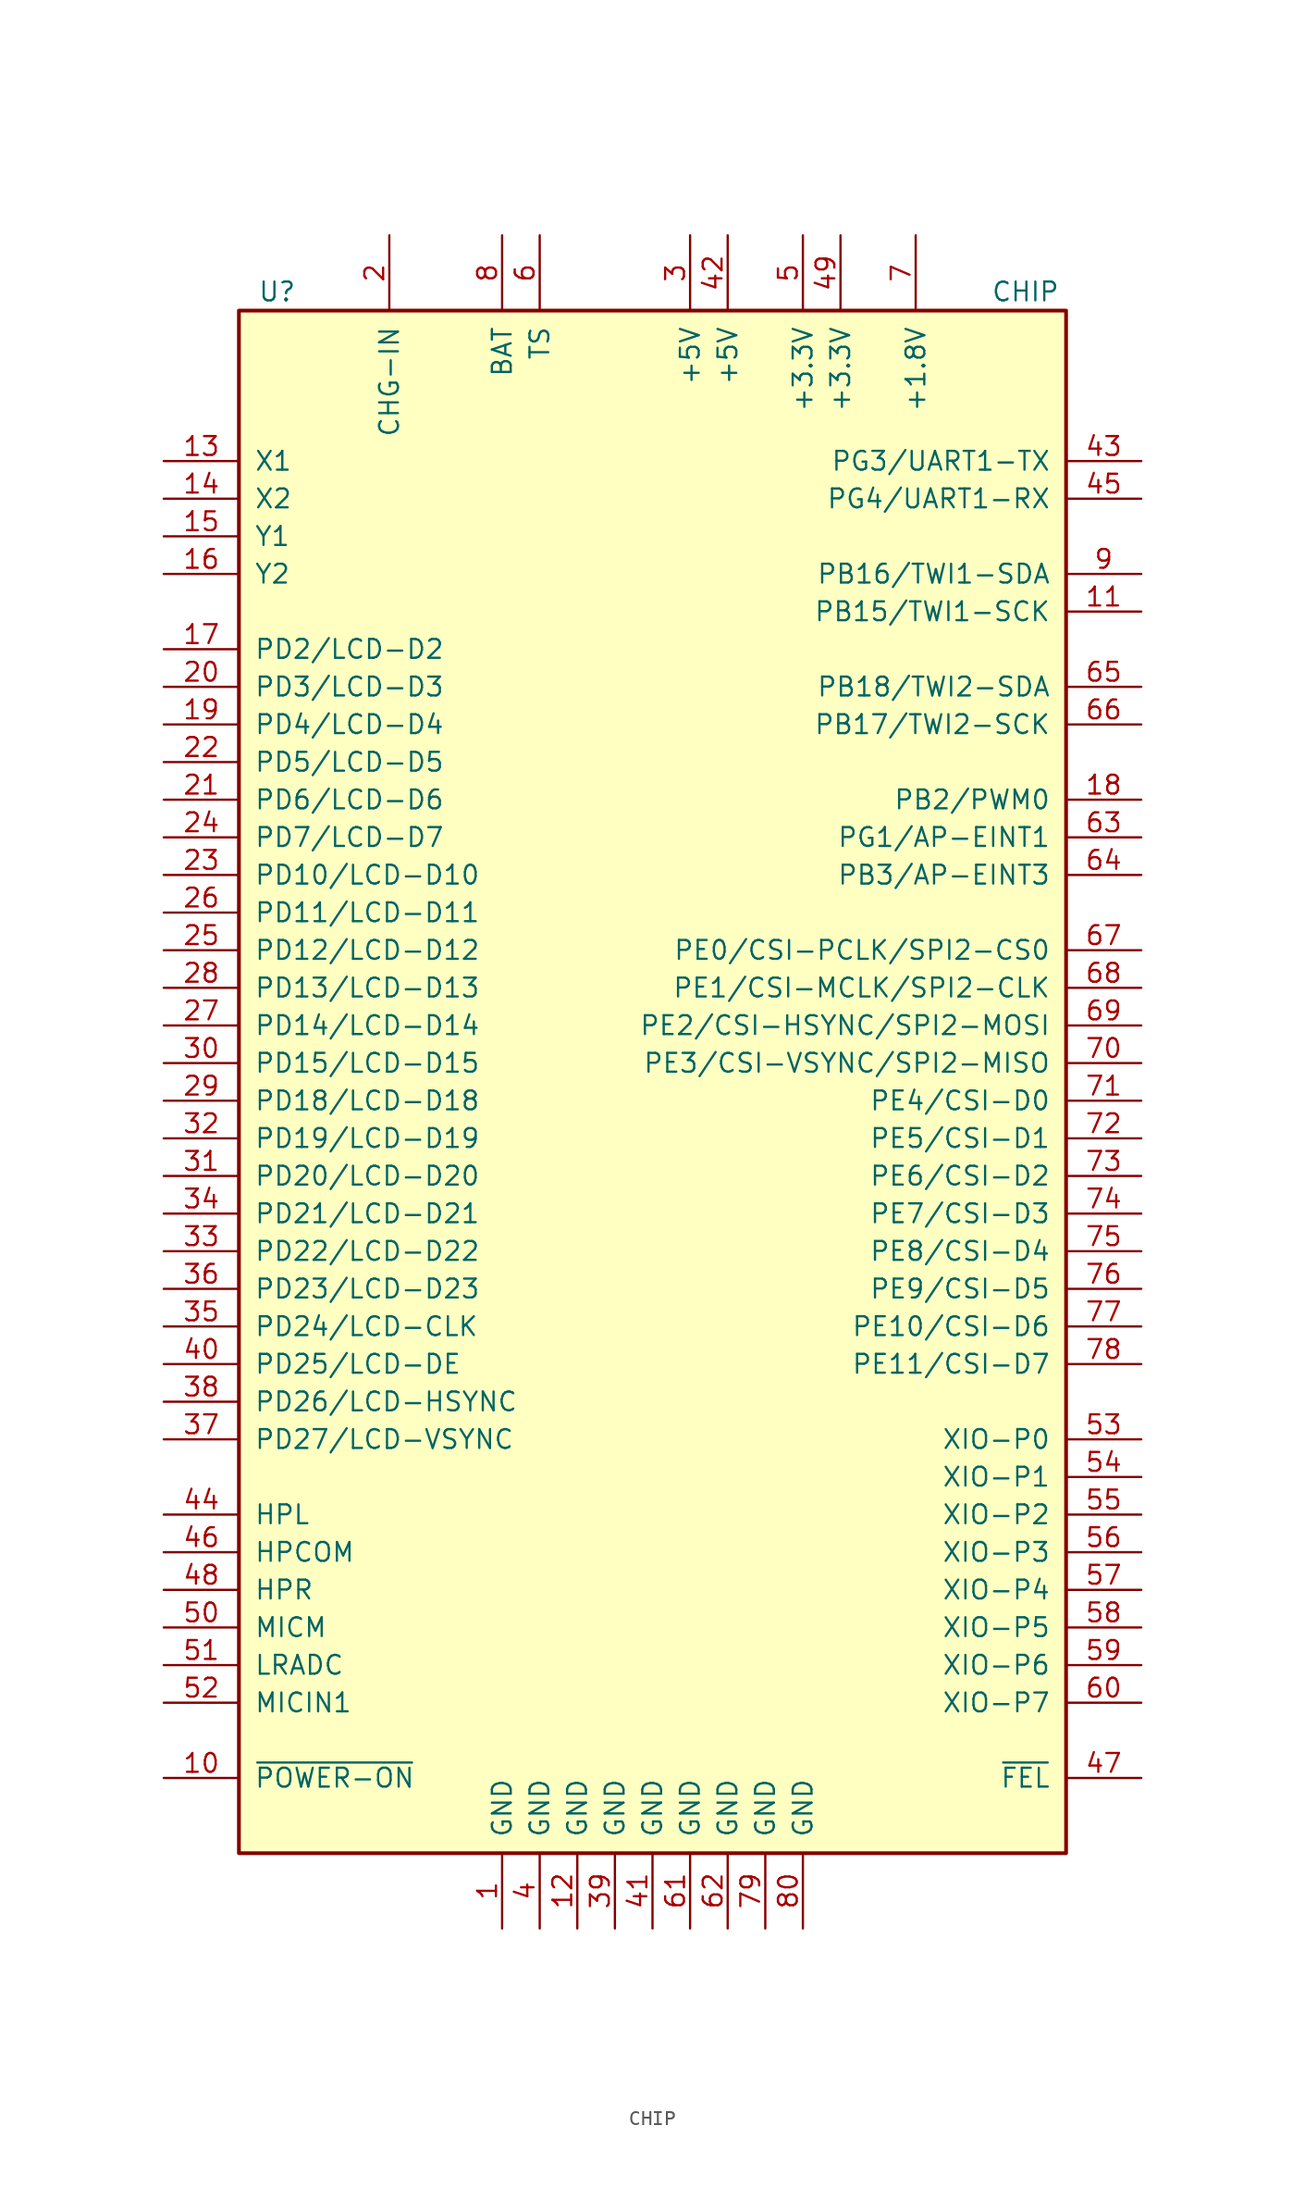
<source format=kicad_sym>
(kicad_symbol_lib
  (version 20231120)
  (generator "kicad_symbol_editor")
  (generator_version "8.0")
  (symbol "CHIP"
    (pin_names
      (offset 1.016))
    (property "Reference" "U"
      (at -26.67 49.53 0)
      (effects (font (size 1.27 1.27)) (justify left)))
    (property "Value" "CHIP"
      (at 22.86 49.53 0)
      (effects (font (size 1.27 1.27)) (justify left)))
    (symbol "CHIP_0_1"
      (rectangle (start -27.94 48.26) (end 27.94 -55.88) (stroke (width 0.254) (type default)) (fill (type background))))
    (symbol "CHIP_1_1"
      (pin power_in line (at -10.16 -60.96 90) (length 5.08) (name "GND" (effects (font (size 1.27 1.27)))) (number "1" (effects (font (size 1.27 1.27)))))
      (pin input line (at -33.02 -50.8 0) (length 5.08) (name "~{POWER-ON}" (effects (font (size 1.27 1.27)))) (number "10" (effects (font (size 1.27 1.27)))))
      (pin bidirectional line (at 33.02 27.94 180) (length 5.08) (name "PB15/TWI1-SCK" (effects (font (size 1.27 1.27)))) (number "11" (effects (font (size 1.27 1.27)))))
      (pin power_in line (at -5.08 -60.96 90) (length 5.08) (name "GND" (effects (font (size 1.27 1.27)))) (number "12" (effects (font (size 1.27 1.27)))))
      (pin input line (at -33.02 38.1 0) (length 5.08) (name "X1" (effects (font (size 1.27 1.27)))) (number "13" (effects (font (size 1.27 1.27)))))
      (pin input line (at -33.02 35.56 0) (length 5.08) (name "X2" (effects (font (size 1.27 1.27)))) (number "14" (effects (font (size 1.27 1.27)))))
      (pin input line (at -33.02 33.02 0) (length 5.08) (name "Y1" (effects (font (size 1.27 1.27)))) (number "15" (effects (font (size 1.27 1.27)))))
      (pin input line (at -33.02 30.48 0) (length 5.08) (name "Y2" (effects (font (size 1.27 1.27)))) (number "16" (effects (font (size 1.27 1.27)))))
      (pin bidirectional line (at -33.02 25.4 0) (length 5.08) (name "PD2/LCD-D2" (effects (font (size 1.27 1.27)))) (number "17" (effects (font (size 1.27 1.27)))))
      (pin bidirectional line (at 33.02 15.24 180) (length 5.08) (name "PB2/PWM0" (effects (font (size 1.27 1.27)))) (number "18" (effects (font (size 1.27 1.27)))))
      (pin bidirectional line (at -33.02 20.32 0) (length 5.08) (name "PD4/LCD-D4" (effects (font (size 1.27 1.27)))) (number "19" (effects (font (size 1.27 1.27)))))
      (pin power_in line (at -17.78 53.34 270) (length 5.08) (name "CHG-IN" (effects (font (size 1.27 1.27)))) (number "2" (effects (font (size 1.27 1.27)))))
      (pin bidirectional line (at -33.02 22.86 0) (length 5.08) (name "PD3/LCD-D3" (effects (font (size 1.27 1.27)))) (number "20" (effects (font (size 1.27 1.27)))))
      (pin bidirectional line (at -33.02 15.24 0) (length 5.08) (name "PD6/LCD-D6" (effects (font (size 1.27 1.27)))) (number "21" (effects (font (size 1.27 1.27)))))
      (pin bidirectional line (at -33.02 17.78 0) (length 5.08) (name "PD5/LCD-D5" (effects (font (size 1.27 1.27)))) (number "22" (effects (font (size 1.27 1.27)))))
      (pin bidirectional line (at -33.02 10.16 0) (length 5.08) (name "PD10/LCD-D10" (effects (font (size 1.27 1.27)))) (number "23" (effects (font (size 1.27 1.27)))))
      (pin bidirectional line (at -33.02 12.7 0) (length 5.08) (name "PD7/LCD-D7" (effects (font (size 1.27 1.27)))) (number "24" (effects (font (size 1.27 1.27)))))
      (pin bidirectional line (at -33.02 5.08 0) (length 5.08) (name "PD12/LCD-D12" (effects (font (size 1.27 1.27)))) (number "25" (effects (font (size 1.27 1.27)))))
      (pin bidirectional line (at -33.02 7.62 0) (length 5.08) (name "PD11/LCD-D11" (effects (font (size 1.27 1.27)))) (number "26" (effects (font (size 1.27 1.27)))))
      (pin bidirectional line (at -33.02 0 0) (length 5.08) (name "PD14/LCD-D14" (effects (font (size 1.27 1.27)))) (number "27" (effects (font (size 1.27 1.27)))))
      (pin bidirectional line (at -33.02 2.54 0) (length 5.08) (name "PD13/LCD-D13" (effects (font (size 1.27 1.27)))) (number "28" (effects (font (size 1.27 1.27)))))
      (pin bidirectional line (at -33.02 -5.08 0) (length 5.08) (name "PD18/LCD-D18" (effects (font (size 1.27 1.27)))) (number "29" (effects (font (size 1.27 1.27)))))
      (pin power_out line (at 2.54 53.34 270) (length 5.08) (name "+5V" (effects (font (size 1.27 1.27)))) (number "3" (effects (font (size 1.27 1.27)))))
      (pin bidirectional line (at -33.02 -2.54 0) (length 5.08) (name "PD15/LCD-D15" (effects (font (size 1.27 1.27)))) (number "30" (effects (font (size 1.27 1.27)))))
      (pin bidirectional line (at -33.02 -10.16 0) (length 5.08) (name "PD20/LCD-D20" (effects (font (size 1.27 1.27)))) (number "31" (effects (font (size 1.27 1.27)))))
      (pin bidirectional line (at -33.02 -7.62 0) (length 5.08) (name "PD19/LCD-D19" (effects (font (size 1.27 1.27)))) (number "32" (effects (font (size 1.27 1.27)))))
      (pin bidirectional line (at -33.02 -15.24 0) (length 5.08) (name "PD22/LCD-D22" (effects (font (size 1.27 1.27)))) (number "33" (effects (font (size 1.27 1.27)))))
      (pin bidirectional line (at -33.02 -12.7 0) (length 5.08) (name "PD21/LCD-D21" (effects (font (size 1.27 1.27)))) (number "34" (effects (font (size 1.27 1.27)))))
      (pin bidirectional line (at -33.02 -20.32 0) (length 5.08) (name "PD24/LCD-CLK" (effects (font (size 1.27 1.27)))) (number "35" (effects (font (size 1.27 1.27)))))
      (pin bidirectional line (at -33.02 -17.78 0) (length 5.08) (name "PD23/LCD-D23" (effects (font (size 1.27 1.27)))) (number "36" (effects (font (size 1.27 1.27)))))
      (pin bidirectional line (at -33.02 -27.94 0) (length 5.08) (name "PD27/LCD-VSYNC" (effects (font (size 1.27 1.27)))) (number "37" (effects (font (size 1.27 1.27)))))
      (pin bidirectional line (at -33.02 -25.4 0) (length 5.08) (name "PD26/LCD-HSYNC" (effects (font (size 1.27 1.27)))) (number "38" (effects (font (size 1.27 1.27)))))
      (pin power_in line (at -2.54 -60.96 90) (length 5.08) (name "GND" (effects (font (size 1.27 1.27)))) (number "39" (effects (font (size 1.27 1.27)))))
      (pin power_in line (at -7.62 -60.96 90) (length 5.08) (name "GND" (effects (font (size 1.27 1.27)))) (number "4" (effects (font (size 1.27 1.27)))))
      (pin bidirectional line (at -33.02 -22.86 0) (length 5.08) (name "PD25/LCD-DE" (effects (font (size 1.27 1.27)))) (number "40" (effects (font (size 1.27 1.27)))))
      (pin power_in line (at 0 -60.96 90) (length 5.08) (name "GND" (effects (font (size 1.27 1.27)))) (number "41" (effects (font (size 1.27 1.27)))))
      (pin power_out line (at 5.08 53.34 270) (length 5.08) (name "+5V" (effects (font (size 1.27 1.27)))) (number "42" (effects (font (size 1.27 1.27)))))
      (pin bidirectional line (at 33.02 38.1 180) (length 5.08) (name "PG3/UART1-TX" (effects (font (size 1.27 1.27)))) (number "43" (effects (font (size 1.27 1.27)))))
      (pin output line (at -33.02 -33.02 0) (length 5.08) (name "HPL" (effects (font (size 1.27 1.27)))) (number "44" (effects (font (size 1.27 1.27)))))
      (pin input line (at 33.02 35.56 180) (length 5.08) (name "PG4/UART1-RX" (effects (font (size 1.27 1.27)))) (number "45" (effects (font (size 1.27 1.27)))))
      (pin output line (at -33.02 -35.56 0) (length 5.08) (name "HPCOM" (effects (font (size 1.27 1.27)))) (number "46" (effects (font (size 1.27 1.27)))))
      (pin input line (at 33.02 -50.8 180) (length 5.08) (name "~{FEL}" (effects (font (size 1.27 1.27)))) (number "47" (effects (font (size 1.27 1.27)))))
      (pin output line (at -33.02 -38.1 0) (length 5.08) (name "HPR" (effects (font (size 1.27 1.27)))) (number "48" (effects (font (size 1.27 1.27)))))
      (pin power_out line (at 12.7 53.34 270) (length 5.08) (name "+3.3V" (effects (font (size 1.27 1.27)))) (number "49" (effects (font (size 1.27 1.27)))))
      (pin power_out line (at 10.16 53.34 270) (length 5.08) (name "+3.3V" (effects (font (size 1.27 1.27)))) (number "5" (effects (font (size 1.27 1.27)))))
      (pin power_out line (at -33.02 -40.64 0) (length 5.08) (name "MICM" (effects (font (size 1.27 1.27)))) (number "50" (effects (font (size 1.27 1.27)))))
      (pin power_out line (at -33.02 -43.18 0) (length 5.08) (name "LRADC" (effects (font (size 1.27 1.27)))) (number "51" (effects (font (size 1.27 1.27)))))
      (pin input line (at -33.02 -45.72 0) (length 5.08) (name "MICIN1" (effects (font (size 1.27 1.27)))) (number "52" (effects (font (size 1.27 1.27)))))
      (pin bidirectional line (at 33.02 -27.94 180) (length 5.08) (name "XIO-P0" (effects (font (size 1.27 1.27)))) (number "53" (effects (font (size 1.27 1.27)))))
      (pin bidirectional line (at 33.02 -30.48 180) (length 5.08) (name "XIO-P1" (effects (font (size 1.27 1.27)))) (number "54" (effects (font (size 1.27 1.27)))))
      (pin bidirectional line (at 33.02 -33.02 180) (length 5.08) (name "XIO-P2" (effects (font (size 1.27 1.27)))) (number "55" (effects (font (size 1.27 1.27)))))
      (pin bidirectional line (at 33.02 -35.56 180) (length 5.08) (name "XIO-P3" (effects (font (size 1.27 1.27)))) (number "56" (effects (font (size 1.27 1.27)))))
      (pin bidirectional line (at 33.02 -38.1 180) (length 5.08) (name "XIO-P4" (effects (font (size 1.27 1.27)))) (number "57" (effects (font (size 1.27 1.27)))))
      (pin bidirectional line (at 33.02 -40.64 180) (length 5.08) (name "XIO-P5" (effects (font (size 1.27 1.27)))) (number "58" (effects (font (size 1.27 1.27)))))
      (pin bidirectional line (at 33.02 -43.18 180) (length 5.08) (name "XIO-P6" (effects (font (size 1.27 1.27)))) (number "59" (effects (font (size 1.27 1.27)))))
      (pin input line (at -7.62 53.34 270) (length 5.08) (name "TS" (effects (font (size 1.27 1.27)))) (number "6" (effects (font (size 1.27 1.27)))))
      (pin bidirectional line (at 33.02 -45.72 180) (length 5.08) (name "XIO-P7" (effects (font (size 1.27 1.27)))) (number "60" (effects (font (size 1.27 1.27)))))
      (pin power_in line (at 2.54 -60.96 90) (length 5.08) (name "GND" (effects (font (size 1.27 1.27)))) (number "61" (effects (font (size 1.27 1.27)))))
      (pin power_in line (at 5.08 -60.96 90) (length 5.08) (name "GND" (effects (font (size 1.27 1.27)))) (number "62" (effects (font (size 1.27 1.27)))))
      (pin bidirectional line (at 33.02 12.7 180) (length 5.08) (name "PG1/AP-EINT1" (effects (font (size 1.27 1.27)))) (number "63" (effects (font (size 1.27 1.27)))))
      (pin bidirectional line (at 33.02 10.16 180) (length 5.08) (name "PB3/AP-EINT3" (effects (font (size 1.27 1.27)))) (number "64" (effects (font (size 1.27 1.27)))))
      (pin bidirectional line (at 33.02 22.86 180) (length 5.08) (name "PB18/TWI2-SDA" (effects (font (size 1.27 1.27)))) (number "65" (effects (font (size 1.27 1.27)))))
      (pin bidirectional line (at 33.02 20.32 180) (length 5.08) (name "PB17/TWI2-SCK" (effects (font (size 1.27 1.27)))) (number "66" (effects (font (size 1.27 1.27)))))
      (pin bidirectional line (at 33.02 5.08 180) (length 5.08) (name "PE0/CSI-PCLK/SPI2-CS0" (effects (font (size 1.27 1.27)))) (number "67" (effects (font (size 1.27 1.27)))))
      (pin bidirectional line (at 33.02 2.54 180) (length 5.08) (name "PE1/CSI-MCLK/SPI2-CLK" (effects (font (size 1.27 1.27)))) (number "68" (effects (font (size 1.27 1.27)))))
      (pin bidirectional line (at 33.02 0 180) (length 5.08) (name "PE2/CSI-HSYNC/SPI2-MOSI" (effects (font (size 1.27 1.27)))) (number "69" (effects (font (size 1.27 1.27)))))
      (pin power_out line (at 17.78 53.34 270) (length 5.08) (name "+1.8V" (effects (font (size 1.27 1.27)))) (number "7" (effects (font (size 1.27 1.27)))))
      (pin bidirectional line (at 33.02 -2.54 180) (length 5.08) (name "PE3/CSI-VSYNC/SPI2-MISO" (effects (font (size 1.27 1.27)))) (number "70" (effects (font (size 1.27 1.27)))))
      (pin bidirectional line (at 33.02 -5.08 180) (length 5.08) (name "PE4/CSI-D0" (effects (font (size 1.27 1.27)))) (number "71" (effects (font (size 1.27 1.27)))))
      (pin bidirectional line (at 33.02 -7.62 180) (length 5.08) (name "PE5/CSI-D1" (effects (font (size 1.27 1.27)))) (number "72" (effects (font (size 1.27 1.27)))))
      (pin bidirectional line (at 33.02 -10.16 180) (length 5.08) (name "PE6/CSI-D2" (effects (font (size 1.27 1.27)))) (number "73" (effects (font (size 1.27 1.27)))))
      (pin bidirectional line (at 33.02 -12.7 180) (length 5.08) (name "PE7/CSI-D3" (effects (font (size 1.27 1.27)))) (number "74" (effects (font (size 1.27 1.27)))))
      (pin bidirectional line (at 33.02 -15.24 180) (length 5.08) (name "PE8/CSI-D4" (effects (font (size 1.27 1.27)))) (number "75" (effects (font (size 1.27 1.27)))))
      (pin bidirectional line (at 33.02 -17.78 180) (length 5.08) (name "PE9/CSI-D5" (effects (font (size 1.27 1.27)))) (number "76" (effects (font (size 1.27 1.27)))))
      (pin bidirectional line (at 33.02 -20.32 180) (length 5.08) (name "PE10/CSI-D6" (effects (font (size 1.27 1.27)))) (number "77" (effects (font (size 1.27 1.27)))))
      (pin bidirectional line (at 33.02 -22.86 180) (length 5.08) (name "PE11/CSI-D7" (effects (font (size 1.27 1.27)))) (number "78" (effects (font (size 1.27 1.27)))))
      (pin power_in line (at 7.62 -60.96 90) (length 5.08) (name "GND" (effects (font (size 1.27 1.27)))) (number "79" (effects (font (size 1.27 1.27)))))
      (pin power_in line (at -10.16 53.34 270) (length 5.08) (name "BAT" (effects (font (size 1.27 1.27)))) (number "8" (effects (font (size 1.27 1.27)))))
      (pin power_in line (at 10.16 -60.96 90) (length 5.08) (name "GND" (effects (font (size 1.27 1.27)))) (number "80" (effects (font (size 1.27 1.27)))))
      (pin bidirectional line (at 33.02 30.48 180) (length 5.08) (name "PB16/TWI1-SDA" (effects (font (size 1.27 1.27)))) (number "9" (effects (font (size 1.27 1.27))))))))
</source>
